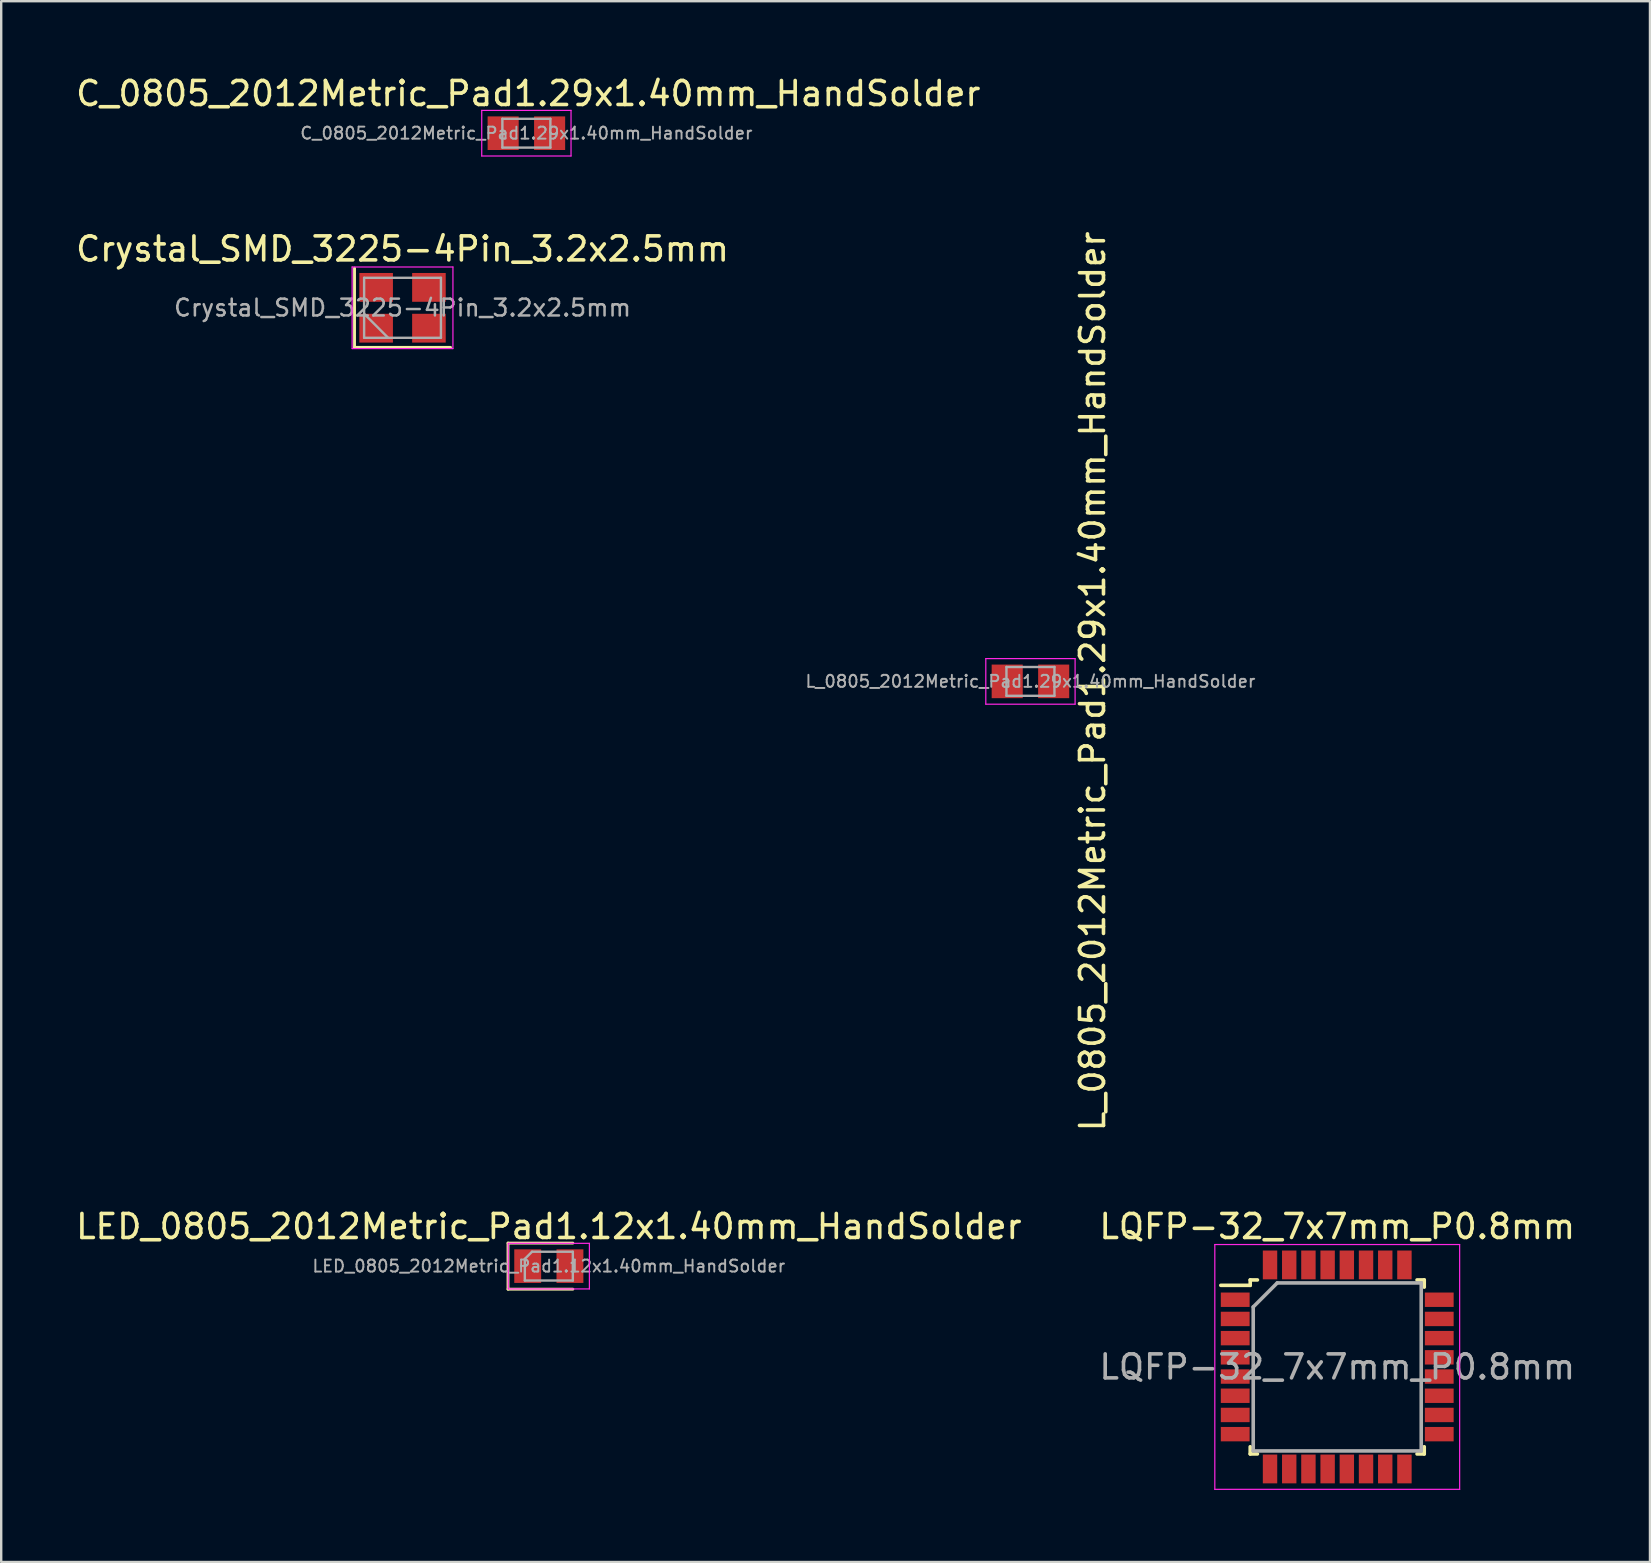
<source format=kicad_pcb>
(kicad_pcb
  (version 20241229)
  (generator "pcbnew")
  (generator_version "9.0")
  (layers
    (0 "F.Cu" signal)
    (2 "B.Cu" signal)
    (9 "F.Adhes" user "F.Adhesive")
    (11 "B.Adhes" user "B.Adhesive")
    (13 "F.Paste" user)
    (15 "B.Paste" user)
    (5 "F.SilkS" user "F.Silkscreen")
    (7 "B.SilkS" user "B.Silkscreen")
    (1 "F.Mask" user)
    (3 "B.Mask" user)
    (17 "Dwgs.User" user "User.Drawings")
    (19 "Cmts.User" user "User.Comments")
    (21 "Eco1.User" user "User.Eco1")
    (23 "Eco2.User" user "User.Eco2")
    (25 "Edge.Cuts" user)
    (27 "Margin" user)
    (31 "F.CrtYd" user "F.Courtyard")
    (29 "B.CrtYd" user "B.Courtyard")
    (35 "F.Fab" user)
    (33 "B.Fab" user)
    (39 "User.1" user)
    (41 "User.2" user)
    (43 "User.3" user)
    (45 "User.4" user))
  (footprint "C_0805_2012Metric_Pad1.29x1.40mm_HandSolder"
    (layer "F.Cu")
    (at 18.88 2.499)
    (property "Reference" "C_0805_2012Metric_Pad1.29x1.40mm_HandSolder" (at 0.079 -1.651 180) (layer "F.SilkS") (effects (font (size 1 1) (thickness 0.15))))
    (attr smd)
    (fp_line (start -1.86 -0.95) (end 1.86 -0.95) (stroke (width 0.05) (type solid)) (layer "F.CrtYd"))
    (fp_line (start -1.86 0.95) (end -1.86 -0.95) (stroke (width 0.05) (type solid)) (layer "F.CrtYd"))
    (fp_line (start 1.86 -0.95) (end 1.86 0.95) (stroke (width 0.05) (type solid)) (layer "F.CrtYd"))
    (fp_line (start 1.86 0.95) (end -1.86 0.95) (stroke (width 0.05) (type solid)) (layer "F.CrtYd"))
    (fp_line (start -1 -0.6) (end 1 -0.6) (stroke (width 0.1) (type solid)) (layer "F.Fab"))
    (fp_line (start -1 0.6) (end -1 -0.6) (stroke (width 0.1) (type solid)) (layer "F.Fab"))
    (fp_line (start 1 -0.6) (end 1 0.6) (stroke (width 0.1) (type solid)) (layer "F.Fab"))
    (fp_line (start 1 0.6) (end -1 0.6) (stroke (width 0.1) (type solid)) (layer "F.Fab"))
    (fp_text user "${REFERENCE}" (at 0 0 0) (layer "F.Fab") (effects (font (size 0.5 0.5) (thickness 0.08))))
    (pad "1" smd rect (at -0.968 0) (size 1.295 1.4) (layers "F.Cu" "F.Mask" "F.Paste"))
    (pad "2" smd rect (at 0.968 0) (size 1.295 1.4) (layers "F.Cu" "F.Mask" "F.Paste")))
  (footprint "LQFP-32_7x7mm_P0.8mm"
    (layer "F.Cu")
    (at 52.661 53.899)
    (property "Reference" "LQFP-32_7x7mm_P0.8mm" (at 0 -5.85 0) (layer "F.SilkS") (effects (font (size 1 1) (thickness 0.15))))
    (attr smd)
    (fp_line (start -3.625 -3.625) (end -3.625 -3.4) (stroke (width 0.15) (type solid)) (layer "F.SilkS"))
    (fp_line (start -3.625 -3.625) (end -3.325 -3.625) (stroke (width 0.15) (type solid)) (layer "F.SilkS"))
    (fp_line (start -3.625 -3.4) (end -4.85 -3.4) (stroke (width 0.15) (type solid)) (layer "F.SilkS"))
    (fp_line (start -3.625 3.625) (end -3.625 3.325) (stroke (width 0.15) (type solid)) (layer "F.SilkS"))
    (fp_line (start -3.625 3.625) (end -3.325 3.625) (stroke (width 0.15) (type solid)) (layer "F.SilkS"))
    (fp_line (start 3.625 -3.625) (end 3.325 -3.625) (stroke (width 0.15) (type solid)) (layer "F.SilkS"))
    (fp_line (start 3.625 -3.625) (end 3.625 -3.325) (stroke (width 0.15) (type solid)) (layer "F.SilkS"))
    (fp_line (start 3.625 3.625) (end 3.325 3.625) (stroke (width 0.15) (type solid)) (layer "F.SilkS"))
    (fp_line (start 3.625 3.625) (end 3.625 3.325) (stroke (width 0.15) (type solid)) (layer "F.SilkS"))
    (fp_line (start -5.1 -5.1) (end -5.1 5.1) (stroke (width 0.05) (type solid)) (layer "F.CrtYd"))
    (fp_line (start -5.1 -5.1) (end 5.1 -5.1) (stroke (width 0.05) (type solid)) (layer "F.CrtYd"))
    (fp_line (start -5.1 5.1) (end 5.1 5.1) (stroke (width 0.05) (type solid)) (layer "F.CrtYd"))
    (fp_line (start 5.1 -5.1) (end 5.1 5.1) (stroke (width 0.05) (type solid)) (layer "F.CrtYd"))
    (fp_line (start -3.5 -2.5) (end -2.5 -3.5) (stroke (width 0.15) (type solid)) (layer "F.Fab"))
    (fp_line (start -3.5 3.5) (end -3.5 -2.5) (stroke (width 0.15) (type solid)) (layer "F.Fab"))
    (fp_line (start -2.5 -3.5) (end 3.5 -3.5) (stroke (width 0.15) (type solid)) (layer "F.Fab"))
    (fp_line (start 3.5 -3.5) (end 3.5 3.5) (stroke (width 0.15) (type solid)) (layer "F.Fab"))
    (fp_line (start 3.5 3.5) (end -3.5 3.5) (stroke (width 0.15) (type solid)) (layer "F.Fab"))
    (fp_text user "${REFERENCE}" (at 0 0 0) (layer "F.Fab") (effects (font (size 1 1) (thickness 0.15))))
    (pad "1" smd rect (at -4.25 -2.8) (size 1.2 0.6) (layers "F.Cu" "F.Mask" "F.Paste"))
    (pad "2" smd rect (at -4.25 -2) (size 1.2 0.6) (layers "F.Cu" "F.Mask" "F.Paste"))
    (pad "3" smd rect (at -4.25 -1.2) (size 1.2 0.6) (layers "F.Cu" "F.Mask" "F.Paste"))
    (pad "4" smd rect (at -4.25 -0.4) (size 1.2 0.6) (layers "F.Cu" "F.Mask" "F.Paste"))
    (pad "5" smd rect (at -4.25 0.4) (size 1.2 0.6) (layers "F.Cu" "F.Mask" "F.Paste"))
    (pad "6" smd rect (at -4.25 1.2) (size 1.2 0.6) (layers "F.Cu" "F.Mask" "F.Paste"))
    (pad "7" smd rect (at -4.25 2) (size 1.2 0.6) (layers "F.Cu" "F.Mask" "F.Paste"))
    (pad "8" smd rect (at -4.25 2.8) (size 1.2 0.6) (layers "F.Cu" "F.Mask" "F.Paste"))
    (pad "9" smd rect (at -2.8 4.25 90) (size 1.2 0.6) (layers "F.Cu" "F.Mask" "F.Paste"))
    (pad "10" smd rect (at -2 4.25 90) (size 1.2 0.6) (layers "F.Cu" "F.Mask" "F.Paste"))
    (pad "11" smd rect (at -1.2 4.25 90) (size 1.2 0.6) (layers "F.Cu" "F.Mask" "F.Paste"))
    (pad "12" smd rect (at -0.4 4.25 90) (size 1.2 0.6) (layers "F.Cu" "F.Mask" "F.Paste"))
    (pad "13" smd rect (at 0.4 4.25 90) (size 1.2 0.6) (layers "F.Cu" "F.Mask" "F.Paste"))
    (pad "14" smd rect (at 1.2 4.25 90) (size 1.2 0.6) (layers "F.Cu" "F.Mask" "F.Paste"))
    (pad "15" smd rect (at 2 4.25 90) (size 1.2 0.6) (layers "F.Cu" "F.Mask" "F.Paste"))
    (pad "16" smd rect (at 2.8 4.25 90) (size 1.2 0.6) (layers "F.Cu" "F.Mask" "F.Paste"))
    (pad "17" smd rect (at 4.25 2.8) (size 1.2 0.6) (layers "F.Cu" "F.Mask" "F.Paste"))
    (pad "18" smd rect (at 4.25 2) (size 1.2 0.6) (layers "F.Cu" "F.Mask" "F.Paste"))
    (pad "19" smd rect (at 4.25 1.2) (size 1.2 0.6) (layers "F.Cu" "F.Mask" "F.Paste"))
    (pad "20" smd rect (at 4.25 0.4) (size 1.2 0.6) (layers "F.Cu" "F.Mask" "F.Paste"))
    (pad "21" smd rect (at 4.25 -0.4) (size 1.2 0.6) (layers "F.Cu" "F.Mask" "F.Paste"))
    (pad "22" smd rect (at 4.25 -1.2) (size 1.2 0.6) (layers "F.Cu" "F.Mask" "F.Paste"))
    (pad "23" smd rect (at 4.25 -2) (size 1.2 0.6) (layers "F.Cu" "F.Mask" "F.Paste"))
    (pad "24" smd rect (at 4.25 -2.8) (size 1.2 0.6) (layers "F.Cu" "F.Mask" "F.Paste"))
    (pad "25" smd rect (at 2.8 -4.25 90) (size 1.2 0.6) (layers "F.Cu" "F.Mask" "F.Paste"))
    (pad "26" smd rect (at 2 -4.25 90) (size 1.2 0.6) (layers "F.Cu" "F.Mask" "F.Paste"))
    (pad "27" smd rect (at 1.2 -4.25 90) (size 1.2 0.6) (layers "F.Cu" "F.Mask" "F.Paste"))
    (pad "28" smd rect (at 0.4 -4.25 90) (size 1.2 0.6) (layers "F.Cu" "F.Mask" "F.Paste"))
    (pad "29" smd rect (at -0.4 -4.25 90) (size 1.2 0.6) (layers "F.Cu" "F.Mask" "F.Paste"))
    (pad "30" smd rect (at -1.2 -4.25 90) (size 1.2 0.6) (layers "F.Cu" "F.Mask" "F.Paste"))
    (pad "31" smd rect (at -2 -4.25 90) (size 1.2 0.6) (layers "F.Cu" "F.Mask" "F.Paste"))
    (pad "32" smd rect (at -2.8 -4.25 90) (size 1.2 0.6) (layers "F.Cu" "F.Mask" "F.Paste")))
  (footprint "LED_0805_2012Metric_Pad1.12x1.40mm_HandSolder"
    (layer "F.Cu")
    (at 19.815 49.699)
    (property "Reference" "LED_0805_2012Metric_Pad1.12x1.40mm_HandSolder" (at 0 -1.65 0) (layer "F.SilkS") (effects (font (size 1 1) (thickness 0.15))))
    (attr smd)
    (fp_line (start -1.7 -0.96) (end -1.7 0.96) (stroke (width 0.12) (type solid)) (layer "F.SilkS"))
    (fp_line (start -1.7 0.96) (end 1 0.96) (stroke (width 0.12) (type solid)) (layer "F.SilkS"))
    (fp_line (start 1 -0.96) (end -1.7 -0.96) (stroke (width 0.12) (type solid)) (layer "F.SilkS"))
    (fp_line (start -1.69 -0.95) (end 1.69 -0.95) (stroke (width 0.05) (type solid)) (layer "F.CrtYd"))
    (fp_line (start -1.69 0.95) (end -1.69 -0.95) (stroke (width 0.05) (type solid)) (layer "F.CrtYd"))
    (fp_line (start 1.69 -0.95) (end 1.69 0.95) (stroke (width 0.05) (type solid)) (layer "F.CrtYd"))
    (fp_line (start 1.69 0.95) (end -1.69 0.95) (stroke (width 0.05) (type solid)) (layer "F.CrtYd"))
    (fp_line (start -1 -0.3) (end -1 0.6) (stroke (width 0.1) (type solid)) (layer "F.Fab"))
    (fp_line (start -1 0.6) (end 1 0.6) (stroke (width 0.1) (type solid)) (layer "F.Fab"))
    (fp_line (start -0.7 -0.6) (end -1 -0.3) (stroke (width 0.1) (type solid)) (layer "F.Fab"))
    (fp_line (start 1 -0.6) (end -0.7 -0.6) (stroke (width 0.1) (type solid)) (layer "F.Fab"))
    (fp_line (start 1 0.6) (end 1 -0.6) (stroke (width 0.1) (type solid)) (layer "F.Fab"))
    (fp_text user "${REFERENCE}" (at 0 0 0) (layer "F.Fab") (effects (font (size 0.5 0.5) (thickness 0.08))))
    (pad "1" smd rect (at -0.88 0) (size 1.12 1.4) (layers "F.Cu" "F.Mask" "F.Paste"))
    (pad "2" smd rect (at 0.88 0) (size 1.12 1.4) (layers "F.Cu" "F.Mask" "F.Paste")))
  (footprint "Crystal_SMD_3225-4Pin_3.2x2.5mm"
    (layer "F.Cu")
    (at 13.72 9.773)
    (property "Reference" "Crystal_SMD_3225-4Pin_3.2x2.5mm" (at 0 -2.45 0) (layer "F.SilkS") (effects (font (size 1 1) (thickness 0.15))))
    (attr smd)
    (fp_line (start -2 -1.65) (end -2 1.65) (stroke (width 0.12) (type solid)) (layer "F.SilkS"))
    (fp_line (start -2 1.65) (end 2 1.65) (stroke (width 0.12) (type solid)) (layer "F.SilkS"))
    (fp_line (start -2.1 -1.7) (end -2.1 1.7) (stroke (width 0.05) (type solid)) (layer "F.CrtYd"))
    (fp_line (start -2.1 1.7) (end 2.1 1.7) (stroke (width 0.05) (type solid)) (layer "F.CrtYd"))
    (fp_line (start 2.1 -1.7) (end -2.1 -1.7) (stroke (width 0.05) (type solid)) (layer "F.CrtYd"))
    (fp_line (start 2.1 1.7) (end 2.1 -1.7) (stroke (width 0.05) (type solid)) (layer "F.CrtYd"))
    (fp_line (start -1.6 -1.25) (end -1.6 1.25) (stroke (width 0.1) (type solid)) (layer "F.Fab"))
    (fp_line (start -1.6 0.25) (end -0.6 1.25) (stroke (width 0.1) (type solid)) (layer "F.Fab"))
    (fp_line (start -1.6 1.25) (end 1.6 1.25) (stroke (width 0.1) (type solid)) (layer "F.Fab"))
    (fp_line (start 1.6 -1.25) (end -1.6 -1.25) (stroke (width 0.1) (type solid)) (layer "F.Fab"))
    (fp_line (start 1.6 1.25) (end 1.6 -1.25) (stroke (width 0.1) (type solid)) (layer "F.Fab"))
    (fp_text user "${REFERENCE}" (at 0 0 0) (layer "F.Fab") (effects (font (size 0.7 0.7) (thickness 0.105))))
    (pad "1" smd rect (at -1.1 0.85) (size 1.4 1.2) (layers "F.Cu" "F.Mask" "F.Paste"))
    (pad "2" smd rect (at 1.1 0.85) (size 1.4 1.2) (layers "F.Cu" "F.Mask" "F.Paste"))
    (pad "3" smd rect (at 1.1 -0.85) (size 1.4 1.2) (layers "F.Cu" "F.Mask" "F.Paste"))
    (pad "4" smd rect (at -1.1 -0.85) (size 1.4 1.2) (layers "F.Cu" "F.Mask" "F.Paste")))
  (footprint "L_0805_2012Metric_Pad1.29x1.40mm_HandSolder"
    (layer "F.Cu")
    (at 39.88 25.337)
    (property "Reference" "L_0805_2012Metric_Pad1.29x1.40mm_HandSolder" (at 2.588 0 270) (layer "F.SilkS") (effects (font (size 1 1) (thickness 0.15))))
    (attr smd)
    (fp_line (start -1.86 -0.95) (end 1.86 -0.95) (stroke (width 0.05) (type solid)) (layer "F.CrtYd"))
    (fp_line (start -1.86 0.95) (end -1.86 -0.95) (stroke (width 0.05) (type solid)) (layer "F.CrtYd"))
    (fp_line (start 1.86 -0.95) (end 1.86 0.95) (stroke (width 0.05) (type solid)) (layer "F.CrtYd"))
    (fp_line (start 1.86 0.95) (end -1.86 0.95) (stroke (width 0.05) (type solid)) (layer "F.CrtYd"))
    (fp_line (start -1 -0.6) (end 1 -0.6) (stroke (width 0.1) (type solid)) (layer "F.Fab"))
    (fp_line (start -1 0.6) (end -1 -0.6) (stroke (width 0.1) (type solid)) (layer "F.Fab"))
    (fp_line (start 1 -0.6) (end 1 0.6) (stroke (width 0.1) (type solid)) (layer "F.Fab"))
    (fp_line (start 1 0.6) (end -1 0.6) (stroke (width 0.1) (type solid)) (layer "F.Fab"))
    (fp_text user "${REFERENCE}" (at 0 0 0) (layer "F.Fab") (effects (font (size 0.5 0.5) (thickness 0.08))))
    (pad "1" smd rect (at -0.968 0) (size 1.295 1.4) (layers "F.Cu" "F.Mask" "F.Paste"))
    (pad "2" smd rect (at 0.968 0) (size 1.295 1.4) (layers "F.Cu" "F.Mask" "F.Paste")))
  (gr_rect
    (start -3 -3)
    (end 65.69 62.024)
    (stroke (width 0.1) (type default))
    (fill no)
    (layer "Edge.Cuts")))
</source>
